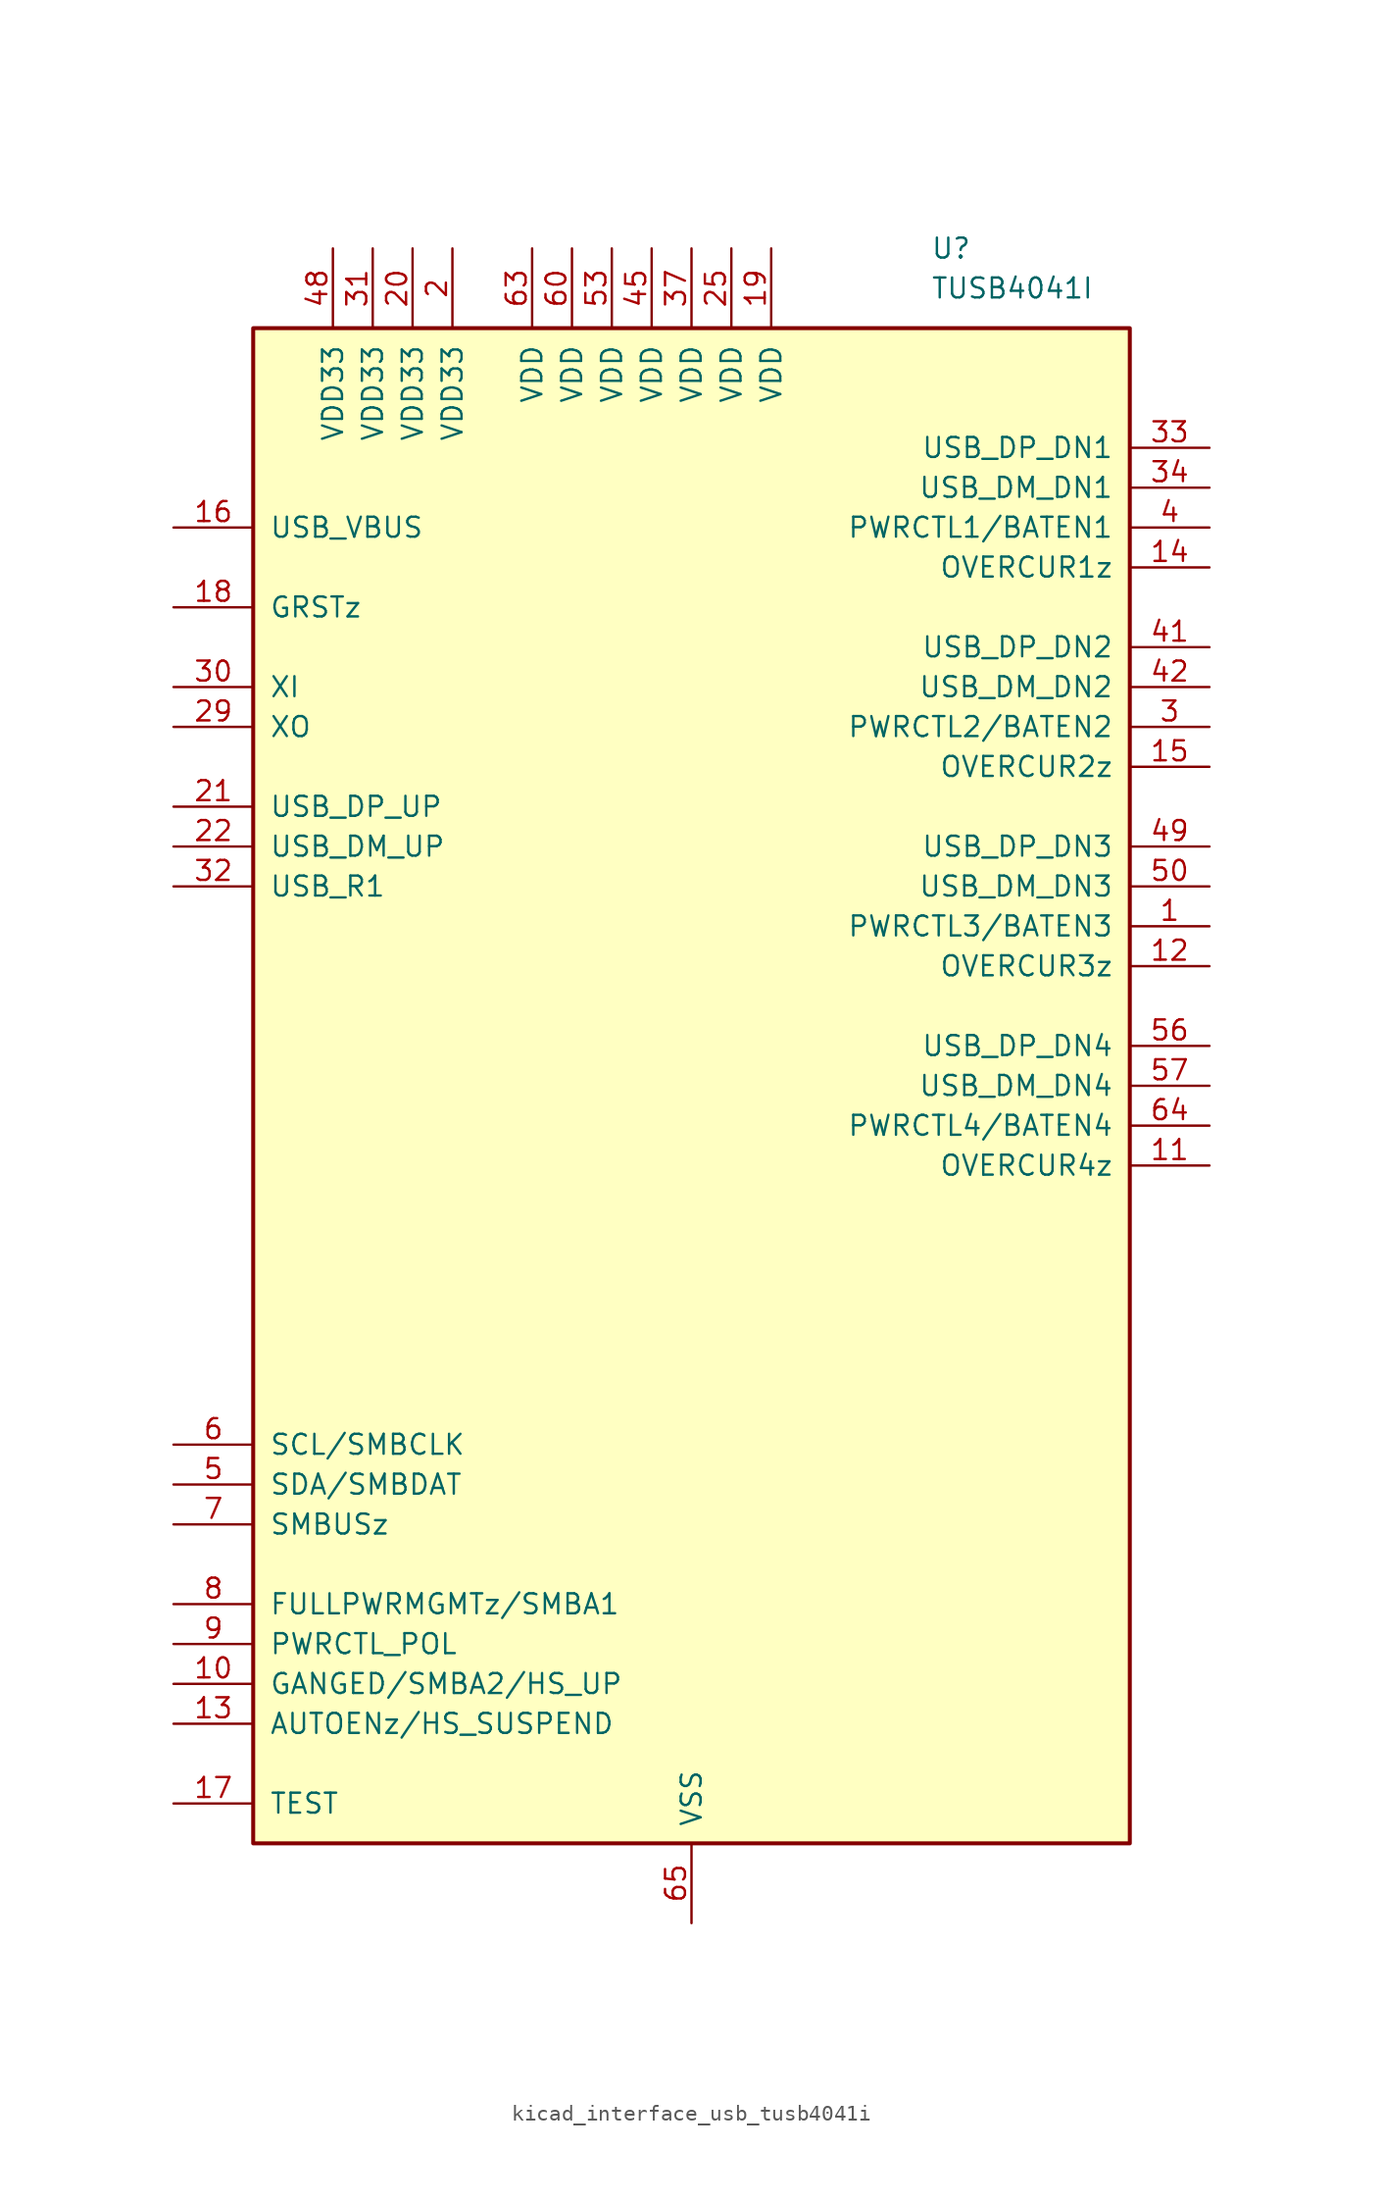
<source format=kicad_sym>
(kicad_symbol_lib
  (version 20220914)
  (generator kicad_symbol_editor)
  (symbol "kicad_interface_usb_tusb4041i"
    (pin_names
      (offset 1.016))
    (property "Reference" "U"
      (at 15.24 53.34 0)
      (effects (font (size 1.27 1.27)) (justify left)))
    (property "Value" "TUSB4041I"
      (at 15.24 50.8 0)
      (effects (font (size 1.27 1.27)) (justify left)))
    (symbol "kicad_interface_usb_tusb4041i_0_1"
      (rectangle (start -27.94 48.26) (end 27.94 -48.26) (stroke (width 0.254) (type default)) (fill (type background))))
    (symbol "kicad_interface_usb_tusb4041i_1_1"
      (pin bidirectional line (at 33.02 10.16 180) (length 5.08) (name "PWRCTL3/BATEN3" (effects (font (size 1.27 1.27)))) (number "1" (effects (font (size 1.27 1.27)))))
      (pin bidirectional line (at -33.02 -38.1 0) (length 5.08) (name "GANGED/SMBA2/HS_UP" (effects (font (size 1.27 1.27)))) (number "10" (effects (font (size 1.27 1.27)))))
      (pin input line (at 33.02 -5.08 180) (length 5.08) (name "OVERCUR4z" (effects (font (size 1.27 1.27)))) (number "11" (effects (font (size 1.27 1.27)))))
      (pin input line (at 33.02 7.62 180) (length 5.08) (name "OVERCUR3z" (effects (font (size 1.27 1.27)))) (number "12" (effects (font (size 1.27 1.27)))))
      (pin bidirectional line (at -33.02 -40.64 0) (length 5.08) (name "AUTOENz/HS_SUSPEND" (effects (font (size 1.27 1.27)))) (number "13" (effects (font (size 1.27 1.27)))))
      (pin input line (at 33.02 33.02 180) (length 5.08) (name "OVERCUR1z" (effects (font (size 1.27 1.27)))) (number "14" (effects (font (size 1.27 1.27)))))
      (pin input line (at 33.02 20.32 180) (length 5.08) (name "OVERCUR2z" (effects (font (size 1.27 1.27)))) (number "15" (effects (font (size 1.27 1.27)))))
      (pin input line (at -33.02 35.56 0) (length 5.08) (name "USB_VBUS" (effects (font (size 1.27 1.27)))) (number "16" (effects (font (size 1.27 1.27)))))
      (pin input line (at -33.02 -45.72 0) (length 5.08) (name "TEST" (effects (font (size 1.27 1.27)))) (number "17" (effects (font (size 1.27 1.27)))))
      (pin input line (at -33.02 30.48 0) (length 5.08) (name "GRSTz" (effects (font (size 1.27 1.27)))) (number "18" (effects (font (size 1.27 1.27)))))
      (pin power_in line (at 5.08 53.34 270) (length 5.08) (name "VDD" (effects (font (size 1.27 1.27)))) (number "19" (effects (font (size 1.27 1.27)))))
      (pin power_in line (at -15.24 53.34 270) (length 5.08) (name "VDD33" (effects (font (size 1.27 1.27)))) (number "2" (effects (font (size 1.27 1.27)))))
      (pin power_in line (at -17.78 53.34 270) (length 5.08) (name "VDD33" (effects (font (size 1.27 1.27)))) (number "20" (effects (font (size 1.27 1.27)))))
      (pin bidirectional line (at -33.02 17.78 0) (length 5.08) (name "USB_DP_UP" (effects (font (size 1.27 1.27)))) (number "21" (effects (font (size 1.27 1.27)))))
      (pin bidirectional line (at -33.02 15.24 0) (length 5.08) (name "USB_DM_UP" (effects (font (size 1.27 1.27)))) (number "22" (effects (font (size 1.27 1.27)))))
      (pin no_connect line (at 27.94 -17.78 180) (length 5.08) hide (name "RSVD" (effects (font (size 1.27 1.27)))) (number "23" (effects (font (size 1.27 1.27)))))
      (pin no_connect line (at 27.94 -20.32 180) (length 5.08) hide (name "RSVD" (effects (font (size 1.27 1.27)))) (number "24" (effects (font (size 1.27 1.27)))))
      (pin power_in line (at 2.54 53.34 270) (length 5.08) (name "VDD" (effects (font (size 1.27 1.27)))) (number "25" (effects (font (size 1.27 1.27)))))
      (pin no_connect line (at 27.94 -22.86 180) (length 5.08) hide (name "RSVD" (effects (font (size 1.27 1.27)))) (number "26" (effects (font (size 1.27 1.27)))))
      (pin no_connect line (at 27.94 -25.4 180) (length 5.08) hide (name "RSVD" (effects (font (size 1.27 1.27)))) (number "27" (effects (font (size 1.27 1.27)))))
      (pin no_connect line (at 27.94 -43.18 180) (length 5.08) hide (name "NC" (effects (font (size 1.27 1.27)))) (number "28" (effects (font (size 1.27 1.27)))))
      (pin output line (at -33.02 22.86 0) (length 5.08) (name "XO" (effects (font (size 1.27 1.27)))) (number "29" (effects (font (size 1.27 1.27)))))
      (pin bidirectional line (at 33.02 22.86 180) (length 5.08) (name "PWRCTL2/BATEN2" (effects (font (size 1.27 1.27)))) (number "3" (effects (font (size 1.27 1.27)))))
      (pin input line (at -33.02 25.4 0) (length 5.08) (name "XI" (effects (font (size 1.27 1.27)))) (number "30" (effects (font (size 1.27 1.27)))))
      (pin power_in line (at -20.32 53.34 270) (length 5.08) (name "VDD33" (effects (font (size 1.27 1.27)))) (number "31" (effects (font (size 1.27 1.27)))))
      (pin input line (at -33.02 12.7 0) (length 5.08) (name "USB_R1" (effects (font (size 1.27 1.27)))) (number "32" (effects (font (size 1.27 1.27)))))
      (pin bidirectional line (at 33.02 40.64 180) (length 5.08) (name "USB_DP_DN1" (effects (font (size 1.27 1.27)))) (number "33" (effects (font (size 1.27 1.27)))))
      (pin bidirectional line (at 33.02 38.1 180) (length 5.08) (name "USB_DM_DN1" (effects (font (size 1.27 1.27)))) (number "34" (effects (font (size 1.27 1.27)))))
      (pin no_connect line (at 27.94 -27.94 180) (length 5.08) hide (name "RSVD" (effects (font (size 1.27 1.27)))) (number "35" (effects (font (size 1.27 1.27)))))
      (pin no_connect line (at 27.94 -30.48 180) (length 5.08) hide (name "RSVD" (effects (font (size 1.27 1.27)))) (number "36" (effects (font (size 1.27 1.27)))))
      (pin power_in line (at 0 53.34 270) (length 5.08) (name "VDD" (effects (font (size 1.27 1.27)))) (number "37" (effects (font (size 1.27 1.27)))))
      (pin no_connect line (at 27.94 -33.02 180) (length 5.08) hide (name "RSVD" (effects (font (size 1.27 1.27)))) (number "38" (effects (font (size 1.27 1.27)))))
      (pin no_connect line (at 27.94 -35.56 180) (length 5.08) hide (name "RSVD" (effects (font (size 1.27 1.27)))) (number "39" (effects (font (size 1.27 1.27)))))
      (pin bidirectional line (at 33.02 35.56 180) (length 5.08) (name "PWRCTL1/BATEN1" (effects (font (size 1.27 1.27)))) (number "4" (effects (font (size 1.27 1.27)))))
      (pin no_connect line (at 27.94 -45.72 180) (length 5.08) hide (name "NC" (effects (font (size 1.27 1.27)))) (number "40" (effects (font (size 1.27 1.27)))))
      (pin bidirectional line (at 33.02 27.94 180) (length 5.08) (name "USB_DP_DN2" (effects (font (size 1.27 1.27)))) (number "41" (effects (font (size 1.27 1.27)))))
      (pin bidirectional line (at 33.02 25.4 180) (length 5.08) (name "USB_DM_DN2" (effects (font (size 1.27 1.27)))) (number "42" (effects (font (size 1.27 1.27)))))
      (pin no_connect line (at 27.94 -38.1 180) (length 5.08) hide (name "RSVD" (effects (font (size 1.27 1.27)))) (number "43" (effects (font (size 1.27 1.27)))))
      (pin no_connect line (at -27.94 7.62 0) (length 5.08) hide (name "RSVD" (effects (font (size 1.27 1.27)))) (number "44" (effects (font (size 1.27 1.27)))))
      (pin power_in line (at -2.54 53.34 270) (length 5.08) (name "VDD" (effects (font (size 1.27 1.27)))) (number "45" (effects (font (size 1.27 1.27)))))
      (pin no_connect line (at -27.94 5.08 0) (length 5.08) hide (name "RSVD" (effects (font (size 1.27 1.27)))) (number "46" (effects (font (size 1.27 1.27)))))
      (pin no_connect line (at -27.94 2.54 0) (length 5.08) hide (name "RSVD" (effects (font (size 1.27 1.27)))) (number "47" (effects (font (size 1.27 1.27)))))
      (pin power_in line (at -22.86 53.34 270) (length 5.08) (name "VDD33" (effects (font (size 1.27 1.27)))) (number "48" (effects (font (size 1.27 1.27)))))
      (pin bidirectional line (at 33.02 15.24 180) (length 5.08) (name "USB_DP_DN3" (effects (font (size 1.27 1.27)))) (number "49" (effects (font (size 1.27 1.27)))))
      (pin bidirectional line (at -33.02 -25.4 0) (length 5.08) (name "SDA/SMBDAT" (effects (font (size 1.27 1.27)))) (number "5" (effects (font (size 1.27 1.27)))))
      (pin bidirectional line (at 33.02 12.7 180) (length 5.08) (name "USB_DM_DN3" (effects (font (size 1.27 1.27)))) (number "50" (effects (font (size 1.27 1.27)))))
      (pin no_connect line (at -27.94 0 0) (length 5.08) hide (name "RSVD" (effects (font (size 1.27 1.27)))) (number "51" (effects (font (size 1.27 1.27)))))
      (pin no_connect line (at -27.94 -2.54 0) (length 5.08) hide (name "RSVD" (effects (font (size 1.27 1.27)))) (number "52" (effects (font (size 1.27 1.27)))))
      (pin power_in line (at -5.08 53.34 270) (length 5.08) (name "VDD" (effects (font (size 1.27 1.27)))) (number "53" (effects (font (size 1.27 1.27)))))
      (pin no_connect line (at -27.94 -5.08 0) (length 5.08) hide (name "RSVD" (effects (font (size 1.27 1.27)))) (number "54" (effects (font (size 1.27 1.27)))))
      (pin no_connect line (at -27.94 -7.62 0) (length 5.08) hide (name "RSVD" (effects (font (size 1.27 1.27)))) (number "55" (effects (font (size 1.27 1.27)))))
      (pin bidirectional line (at 33.02 2.54 180) (length 5.08) (name "USB_DP_DN4" (effects (font (size 1.27 1.27)))) (number "56" (effects (font (size 1.27 1.27)))))
      (pin bidirectional line (at 33.02 0 180) (length 5.08) (name "USB_DM_DN4" (effects (font (size 1.27 1.27)))) (number "57" (effects (font (size 1.27 1.27)))))
      (pin no_connect line (at -27.94 -10.16 0) (length 5.08) hide (name "RSVD" (effects (font (size 1.27 1.27)))) (number "58" (effects (font (size 1.27 1.27)))))
      (pin no_connect line (at -27.94 -12.7 0) (length 5.08) hide (name "RSVD" (effects (font (size 1.27 1.27)))) (number "59" (effects (font (size 1.27 1.27)))))
      (pin bidirectional line (at -33.02 -22.86 0) (length 5.08) (name "SCL/SMBCLK" (effects (font (size 1.27 1.27)))) (number "6" (effects (font (size 1.27 1.27)))))
      (pin power_in line (at -7.62 53.34 270) (length 5.08) (name "VDD" (effects (font (size 1.27 1.27)))) (number "60" (effects (font (size 1.27 1.27)))))
      (pin no_connect line (at -27.94 -15.24 0) (length 5.08) hide (name "RSVD" (effects (font (size 1.27 1.27)))) (number "61" (effects (font (size 1.27 1.27)))))
      (pin no_connect line (at -27.94 -17.78 0) (length 5.08) hide (name "RSVD" (effects (font (size 1.27 1.27)))) (number "62" (effects (font (size 1.27 1.27)))))
      (pin power_in line (at -10.16 53.34 270) (length 5.08) (name "VDD" (effects (font (size 1.27 1.27)))) (number "63" (effects (font (size 1.27 1.27)))))
      (pin bidirectional line (at 33.02 -2.54 180) (length 5.08) (name "PWRCTL4/BATEN4" (effects (font (size 1.27 1.27)))) (number "64" (effects (font (size 1.27 1.27)))))
      (pin power_in line (at 0 -53.34 90) (length 5.08) (name "VSS" (effects (font (size 1.27 1.27)))) (number "65" (effects (font (size 1.27 1.27)))))
      (pin bidirectional line (at -33.02 -27.94 0) (length 5.08) (name "SMBUSz" (effects (font (size 1.27 1.27)))) (number "7" (effects (font (size 1.27 1.27)))))
      (pin bidirectional line (at -33.02 -33.02 0) (length 5.08) (name "FULLPWRMGMTz/SMBA1" (effects (font (size 1.27 1.27)))) (number "8" (effects (font (size 1.27 1.27)))))
      (pin bidirectional line (at -33.02 -35.56 0) (length 5.08) (name "PWRCTL_POL" (effects (font (size 1.27 1.27)))) (number "9" (effects (font (size 1.27 1.27))))))))
</source>
